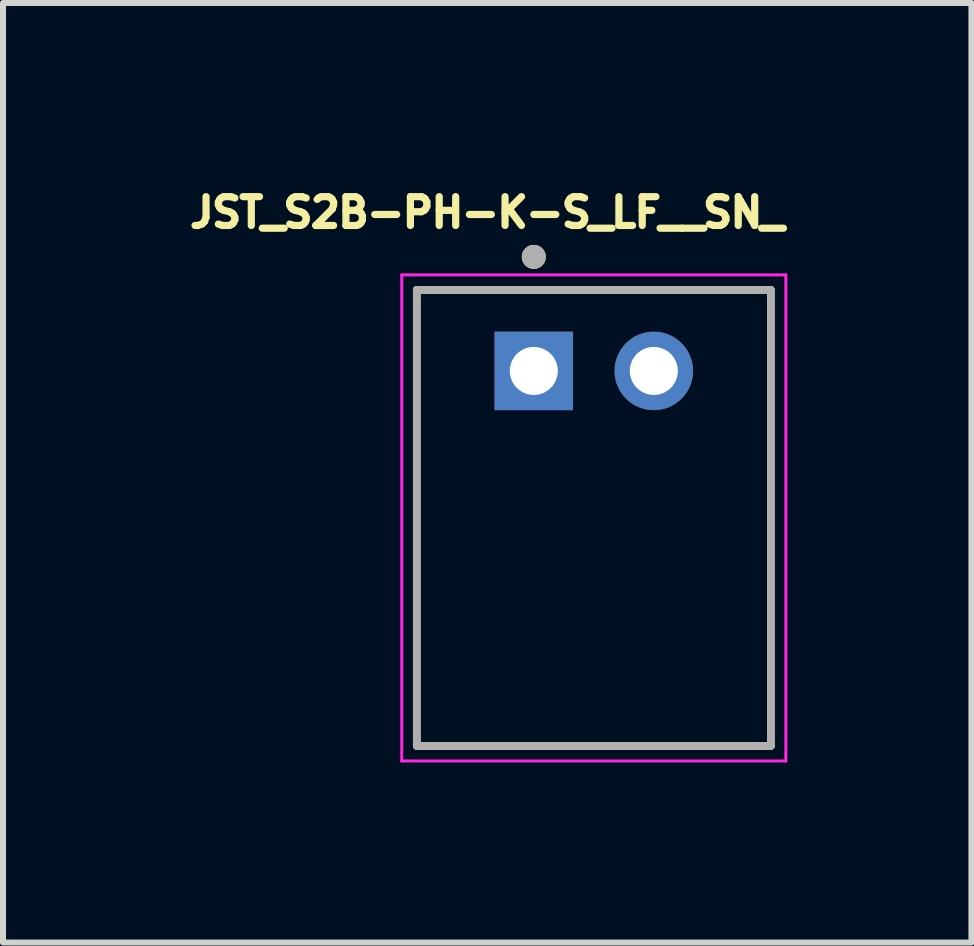
<source format=kicad_pcb>
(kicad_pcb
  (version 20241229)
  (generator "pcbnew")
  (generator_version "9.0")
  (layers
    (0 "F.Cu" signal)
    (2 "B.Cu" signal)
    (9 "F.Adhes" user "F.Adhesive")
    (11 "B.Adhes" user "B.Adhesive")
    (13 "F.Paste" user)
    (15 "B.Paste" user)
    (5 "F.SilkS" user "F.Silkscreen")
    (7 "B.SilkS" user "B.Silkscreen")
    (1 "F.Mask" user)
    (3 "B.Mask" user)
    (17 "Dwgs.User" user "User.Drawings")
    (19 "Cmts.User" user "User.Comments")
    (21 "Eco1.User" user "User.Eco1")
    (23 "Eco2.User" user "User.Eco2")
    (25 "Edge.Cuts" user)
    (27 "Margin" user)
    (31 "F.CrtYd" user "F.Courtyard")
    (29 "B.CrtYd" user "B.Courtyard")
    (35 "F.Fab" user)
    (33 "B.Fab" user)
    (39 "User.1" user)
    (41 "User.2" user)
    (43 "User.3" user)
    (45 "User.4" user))
  (footprint "JST_S2B-PH-K-S_LF__SN_"
    (layer "F.Cu")
    (at 6.845 3.131)
    (property "Reference" "JST_S2B-PH-K-S_LF__SN_" (at -1.776 -2.64 0) (layer "F.SilkS") (effects (font (size 0.48 0.48) (thickness 0.15))))
    (attr through_hole)
    (fp_line (start -2.95 -1.35) (end 2.95 -1.35) (stroke (width 0.127) (type solid)) (layer "F.SilkS"))
    (fp_line (start -2.95 6.25) (end -2.95 -1.35) (stroke (width 0.127) (type solid)) (layer "F.SilkS"))
    (fp_line (start 2.95 -1.35) (end 2.95 6.25) (stroke (width 0.127) (type solid)) (layer "F.SilkS"))
    (fp_line (start 2.95 6.25) (end -2.95 6.25) (stroke (width 0.127) (type solid)) (layer "F.SilkS"))
    (fp_circle (center -1 -1.9) (end -0.9 -1.9) (stroke (width 0.2) (type solid)) (fill no) (layer "F.SilkS"))
    (fp_line (start -3.2 -1.6) (end 3.2 -1.6) (stroke (width 0.05) (type solid)) (layer "F.CrtYd"))
    (fp_line (start -3.2 6.5) (end -3.2 -1.6) (stroke (width 0.05) (type solid)) (layer "F.CrtYd"))
    (fp_line (start 3.2 -1.6) (end 3.2 6.5) (stroke (width 0.05) (type solid)) (layer "F.CrtYd"))
    (fp_line (start 3.2 6.5) (end -3.2 6.5) (stroke (width 0.05) (type solid)) (layer "F.CrtYd"))
    (fp_line (start -2.95 -1.35) (end 2.95 -1.35) (stroke (width 0.127) (type solid)) (layer "F.Fab"))
    (fp_line (start -2.95 6.25) (end -2.95 -1.35) (stroke (width 0.127) (type solid)) (layer "F.Fab"))
    (fp_line (start 2.95 -1.35) (end 2.95 6.25) (stroke (width 0.127) (type solid)) (layer "F.Fab"))
    (fp_line (start 2.95 6.25) (end -2.95 6.25) (stroke (width 0.127) (type solid)) (layer "F.Fab"))
    (fp_circle (center -1 -1.9) (end -0.9 -1.9) (stroke (width 0.2) (type solid)) (fill no) (layer "F.Fab"))
    (pad "1" thru_hole rect (at -1 0) (size 1.308 1.308) (drill 0.8) (layers "*.Cu" "*.Mask"))
    (pad "2" thru_hole circle (at 1 0) (size 1.308 1.308) (drill 0.8) (layers "*.Cu" "*.Mask")))
  (gr_rect
    (start -3 -3)
    (end 13.138 12.656)
    (stroke (width 0.1) (type default))
    (fill no)
    (layer "Edge.Cuts")))
</source>
